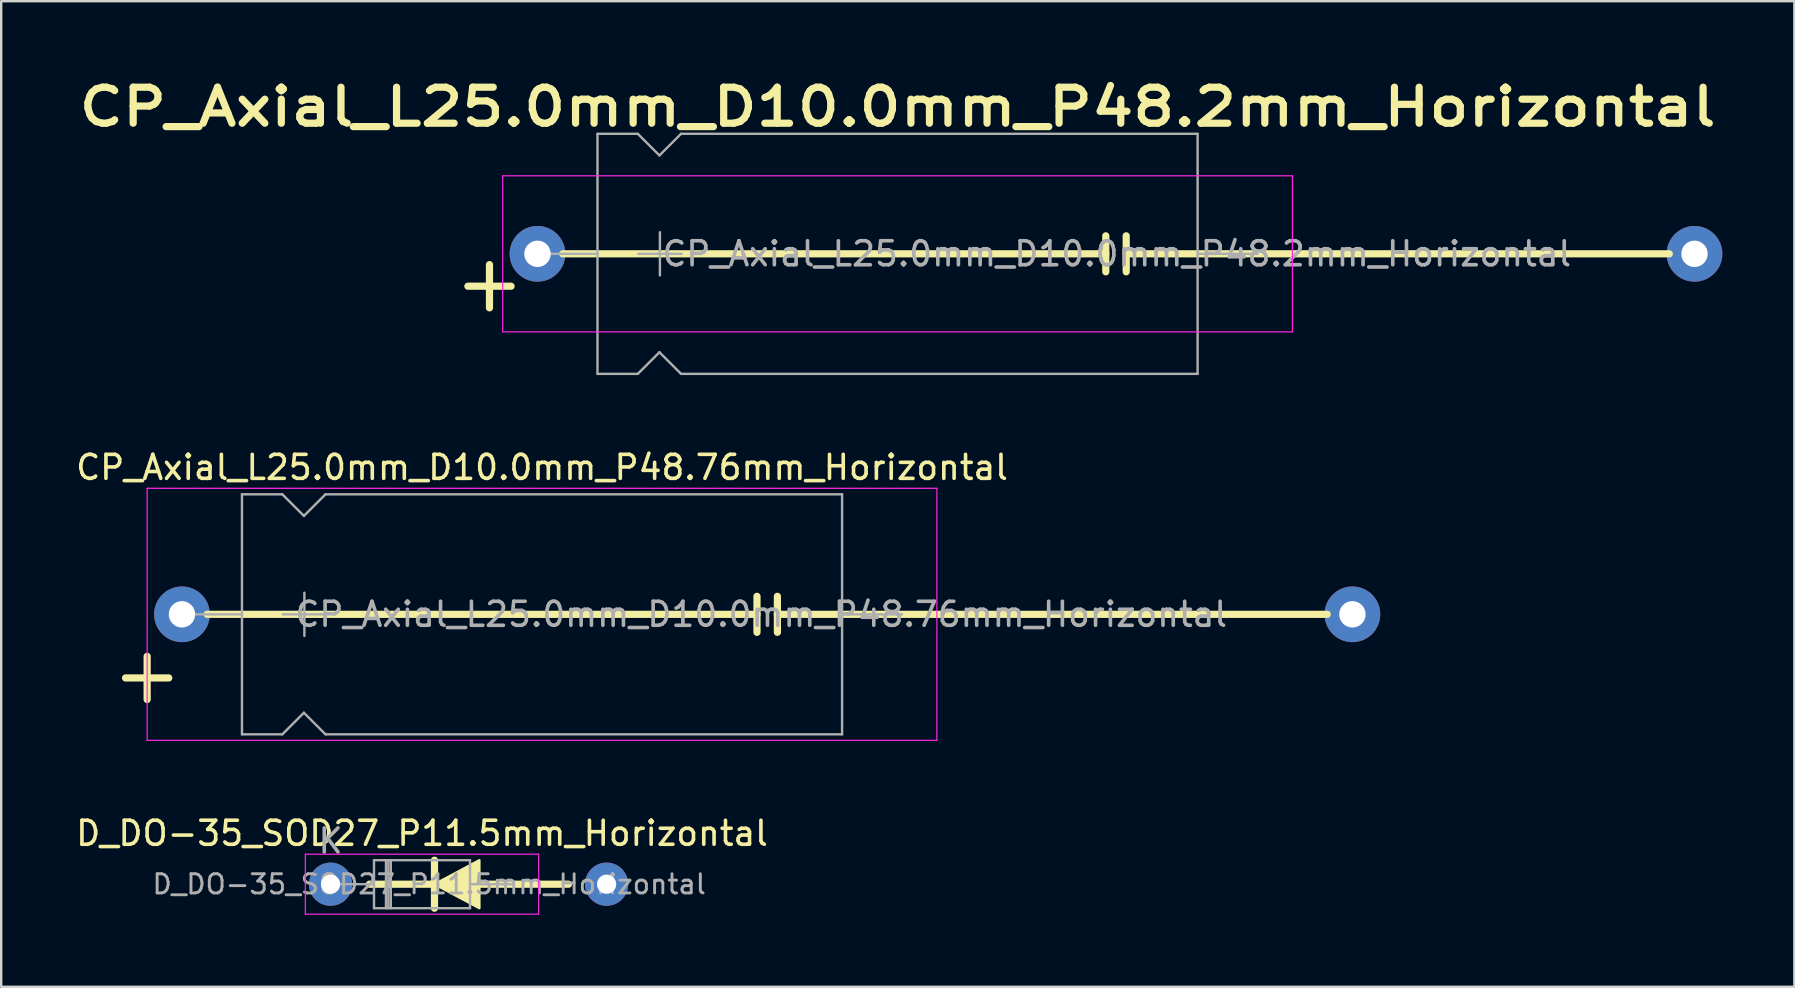
<source format=kicad_pcb>
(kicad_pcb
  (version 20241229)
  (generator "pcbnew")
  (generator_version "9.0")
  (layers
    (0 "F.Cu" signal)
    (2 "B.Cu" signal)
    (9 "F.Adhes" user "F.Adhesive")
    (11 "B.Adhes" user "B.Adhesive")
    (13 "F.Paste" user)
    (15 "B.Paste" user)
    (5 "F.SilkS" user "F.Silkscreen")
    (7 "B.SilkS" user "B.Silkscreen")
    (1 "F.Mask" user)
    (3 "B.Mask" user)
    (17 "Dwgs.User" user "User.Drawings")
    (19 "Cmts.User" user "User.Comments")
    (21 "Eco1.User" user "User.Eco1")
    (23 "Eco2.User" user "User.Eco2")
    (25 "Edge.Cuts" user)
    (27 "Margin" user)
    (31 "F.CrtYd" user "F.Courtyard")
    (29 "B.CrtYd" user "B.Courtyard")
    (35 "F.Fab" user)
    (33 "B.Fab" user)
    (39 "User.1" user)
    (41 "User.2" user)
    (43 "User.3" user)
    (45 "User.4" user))
  (footprint "CP_Axial_L25.0mm_D10.0mm_P48.2mm_Horizontal"
    (layer "F.Cu")
    (at 19.341 7.524)
    (property "Reference" "CP_Axial_L25.0mm_D10.0mm_P48.2mm_Horizontal" (at 15 -6.12 0) (layer "F.SilkS") (effects (font (size 1.5 1.8) (thickness 0.3) (bold yes))))
    (attr through_hole)
    (fp_line (start -2.9 1.35) (end -1.1 1.35) (stroke (width 0.3) (type solid)) (layer "F.SilkS"))
    (fp_line (start -2 0.45) (end -2 2.25) (stroke (width 0.3) (type solid)) (layer "F.SilkS"))
    (fp_line (start 1.05 0) (end 23.675 0) (stroke (width 0.3) (type solid)) (layer "F.SilkS"))
    (fp_line (start 23.675 0.75) (end 23.675 -0.75) (stroke (width 0.3) (type default)) (layer "F.SilkS"))
    (fp_line (start 24.525 0.75) (end 24.525 -0.75) (stroke (width 0.3) (type default)) (layer "F.SilkS"))
    (fp_line (start 47.15 0) (end 24.525 0) (stroke (width 0.3) (type solid)) (layer "F.SilkS"))
    (fp_line (start -1.45 -3.25) (end -1.45 3.25) (stroke (width 0.05) (type solid)) (layer "F.CrtYd"))
    (fp_line (start -1.45 3.25) (end 31.45 3.25) (stroke (width 0.05) (type solid)) (layer "F.CrtYd"))
    (fp_line (start 31.45 -3.25) (end -1.45 -3.25) (stroke (width 0.05) (type solid)) (layer "F.CrtYd"))
    (fp_line (start 31.45 3.25) (end 31.45 -3.25) (stroke (width 0.05) (type solid)) (layer "F.CrtYd"))
    (fp_line (start 0 0) (end 2.5 0) (stroke (width 0.1) (type solid)) (layer "F.Fab"))
    (fp_line (start 2.5 -5) (end 2.5 5) (stroke (width 0.1) (type solid)) (layer "F.Fab"))
    (fp_line (start 2.5 -5) (end 4.18 -5) (stroke (width 0.1) (type solid)) (layer "F.Fab"))
    (fp_line (start 2.5 5) (end 4.18 5) (stroke (width 0.1) (type solid)) (layer "F.Fab"))
    (fp_line (start 4.18 -5) (end 5.08 -4.1) (stroke (width 0.1) (type solid)) (layer "F.Fab"))
    (fp_line (start 4.18 5) (end 5.08 4.1) (stroke (width 0.1) (type solid)) (layer "F.Fab"))
    (fp_line (start 4.2 0) (end 6 0) (stroke (width 0.1) (type solid)) (layer "F.Fab"))
    (fp_line (start 5.08 -4.1) (end 5.98 -5) (stroke (width 0.1) (type solid)) (layer "F.Fab"))
    (fp_line (start 5.08 4.1) (end 5.98 5) (stroke (width 0.1) (type solid)) (layer "F.Fab"))
    (fp_line (start 5.1 -0.9) (end 5.1 0.9) (stroke (width 0.1) (type solid)) (layer "F.Fab"))
    (fp_line (start 5.98 -5) (end 27.5 -5) (stroke (width 0.1) (type solid)) (layer "F.Fab"))
    (fp_line (start 5.98 5) (end 27.5 5) (stroke (width 0.1) (type solid)) (layer "F.Fab"))
    (fp_line (start 27.5 -5) (end 27.5 5) (stroke (width 0.1) (type solid)) (layer "F.Fab"))
    (fp_line (start 30 0) (end 27.5 0) (stroke (width 0.1) (type solid)) (layer "F.Fab"))
    (fp_text user "${REFERENCE}" (at 24.13 0 0) (layer "F.Fab") (effects (font (size 1 1) (thickness 0.15))))
    (pad "1" thru_hole oval (at 0 0) (size 2.32 2.32) (drill 1.1) (layers "*.Cu" "*.Mask"))
    (pad "2" thru_hole oval (at 48.2 0) (size 2.32 2.32) (drill 1.1) (layers "*.Cu" "*.Mask")))
  (footprint "D_DO-35_SOD27_P11.5mm_Horizontal"
    (layer "F.Cu")
    (at 10.72 33.785)
    (property "Reference" "D_DO-35_SOD27_P11.5mm_Horizontal" (at 3.81 -2.12 180) (layer "F.SilkS") (effects (font (size 1 1) (thickness 0.15))))
    (attr through_hole)
    (fp_line (start 1.62 0) (end 9.913 0) (stroke (width 0.3) (type solid)) (layer "F.SilkS"))
    (fp_line (start 4.33 -1) (end 4.33 1) (stroke (width 0.3) (type solid)) (layer "F.SilkS"))
    (fp_line (start 6.58 0) (end 5.93 0) (stroke (width 0.12) (type solid)) (layer "F.SilkS"))
    (fp_poly (pts (xy 6.2 -1) (xy 4.33 0) (xy 6.2 1)) (stroke (width 0.1) (type solid)) (fill yes) (layer "F.SilkS"))
    (fp_line (start -1.05 -1.25) (end -1.05 1.25) (stroke (width 0.05) (type solid)) (layer "F.CrtYd"))
    (fp_line (start -1.05 1.25) (end 8.67 1.25) (stroke (width 0.05) (type solid)) (layer "F.CrtYd"))
    (fp_line (start 8.67 -1.25) (end -1.05 -1.25) (stroke (width 0.05) (type solid)) (layer "F.CrtYd"))
    (fp_line (start 8.67 1.25) (end 8.67 -1.25) (stroke (width 0.05) (type solid)) (layer "F.CrtYd"))
    (fp_line (start 0 0) (end 1.81 0) (stroke (width 0.1) (type solid)) (layer "F.Fab"))
    (fp_line (start 1.81 -1) (end 1.81 1) (stroke (width 0.1) (type solid)) (layer "F.Fab"))
    (fp_line (start 1.81 1) (end 5.81 1) (stroke (width 0.1) (type solid)) (layer "F.Fab"))
    (fp_line (start 2.31 -1) (end 2.31 1) (stroke (width 0.1) (type solid)) (layer "F.Fab"))
    (fp_line (start 2.41 -1) (end 2.41 1) (stroke (width 0.1) (type solid)) (layer "F.Fab"))
    (fp_line (start 2.51 -1) (end 2.51 1) (stroke (width 0.1) (type solid)) (layer "F.Fab"))
    (fp_line (start 5.81 -1) (end 1.81 -1) (stroke (width 0.1) (type solid)) (layer "F.Fab"))
    (fp_line (start 5.81 1) (end 5.81 -1) (stroke (width 0.1) (type solid)) (layer "F.Fab"))
    (fp_line (start 7.62 0) (end 5.81 0) (stroke (width 0.1) (type solid)) (layer "F.Fab"))
    (fp_text user "K" (at 0 -1.8 180) (layer "F.Fab") (effects (font (size 1 1) (thickness 0.15))))
    (fp_text user "${REFERENCE}" (at 4.11 0 180) (layer "F.Fab") (effects (font (size 0.8 0.8) (thickness 0.12))))
    (pad "1" thru_hole oval (at 0 0) (size 1.8 1.8) (drill 0.8) (layers "*.Cu" "*.Mask"))
    (pad "2" thru_hole oval (at 11.5 0) (size 1.8 1.8) (drill 0.8) (layers "*.Cu" "*.Mask")))
  (footprint "CP_Axial_L25.0mm_D10.0mm_P48.76mm_Horizontal"
    (layer "F.Cu")
    (at 4.53 22.542)
    (property "Reference" "CP_Axial_L25.0mm_D10.0mm_P48.76mm_Horizontal" (at 15 -6.12 0) (layer "F.SilkS") (effects (font (size 1 1) (thickness 0.15))))
    (attr through_hole)
    (fp_line (start -2.35 2.65) (end -0.55 2.65) (stroke (width 0.3) (type solid)) (layer "F.SilkS"))
    (fp_line (start -1.45 1.75) (end -1.45 3.55) (stroke (width 0.3) (type solid)) (layer "F.SilkS"))
    (fp_line (start 1.05 0) (end 23.955 0) (stroke (width 0.3) (type solid)) (layer "F.SilkS"))
    (fp_line (start 23.955 0.75) (end 23.955 -0.75) (stroke (width 0.3) (type default)) (layer "F.SilkS"))
    (fp_line (start 24.805 0.75) (end 24.805 -0.75) (stroke (width 0.3) (type default)) (layer "F.SilkS"))
    (fp_line (start 47.71 0) (end 24.805 0) (stroke (width 0.3) (type solid)) (layer "F.SilkS"))
    (fp_line (start -1.45 -5.25) (end -1.45 5.25) (stroke (width 0.05) (type solid)) (layer "F.CrtYd"))
    (fp_line (start -1.45 5.25) (end 31.45 5.25) (stroke (width 0.05) (type solid)) (layer "F.CrtYd"))
    (fp_line (start 31.45 -5.25) (end -1.45 -5.25) (stroke (width 0.05) (type solid)) (layer "F.CrtYd"))
    (fp_line (start 31.45 5.25) (end 31.45 -5.25) (stroke (width 0.05) (type solid)) (layer "F.CrtYd"))
    (fp_line (start 0 0) (end 2.5 0) (stroke (width 0.1) (type solid)) (layer "F.Fab"))
    (fp_line (start 2.5 -5) (end 2.5 5) (stroke (width 0.1) (type solid)) (layer "F.Fab"))
    (fp_line (start 2.5 -5) (end 4.18 -5) (stroke (width 0.1) (type solid)) (layer "F.Fab"))
    (fp_line (start 2.5 5) (end 4.18 5) (stroke (width 0.1) (type solid)) (layer "F.Fab"))
    (fp_line (start 4.18 -5) (end 5.08 -4.1) (stroke (width 0.1) (type solid)) (layer "F.Fab"))
    (fp_line (start 4.18 5) (end 5.08 4.1) (stroke (width 0.1) (type solid)) (layer "F.Fab"))
    (fp_line (start 4.2 0) (end 6 0) (stroke (width 0.1) (type solid)) (layer "F.Fab"))
    (fp_line (start 5.08 -4.1) (end 5.98 -5) (stroke (width 0.1) (type solid)) (layer "F.Fab"))
    (fp_line (start 5.08 4.1) (end 5.98 5) (stroke (width 0.1) (type solid)) (layer "F.Fab"))
    (fp_line (start 5.1 -0.9) (end 5.1 0.9) (stroke (width 0.1) (type solid)) (layer "F.Fab"))
    (fp_line (start 5.98 -5) (end 27.5 -5) (stroke (width 0.1) (type solid)) (layer "F.Fab"))
    (fp_line (start 5.98 5) (end 27.5 5) (stroke (width 0.1) (type solid)) (layer "F.Fab"))
    (fp_line (start 27.5 -5) (end 27.5 5) (stroke (width 0.1) (type solid)) (layer "F.Fab"))
    (fp_line (start 30 0) (end 27.5 0) (stroke (width 0.1) (type solid)) (layer "F.Fab"))
    (fp_text user "${REFERENCE}" (at 24.13 0 0) (layer "F.Fab") (effects (font (size 1 1) (thickness 0.15))))
    (pad "1" thru_hole oval (at 0 0) (size 2.32 2.32) (drill 1.1) (layers "*.Cu" "*.Mask"))
    (pad "2" thru_hole oval (at 48.76 0) (size 2.32 2.32) (drill 1.1) (layers "*.Cu" "*.Mask")))
  (gr_rect
    (start -3 -3)
    (end 71.701 38.06)
    (stroke (width 0.1) (type default))
    (fill no)
    (layer "Edge.Cuts")))
</source>
